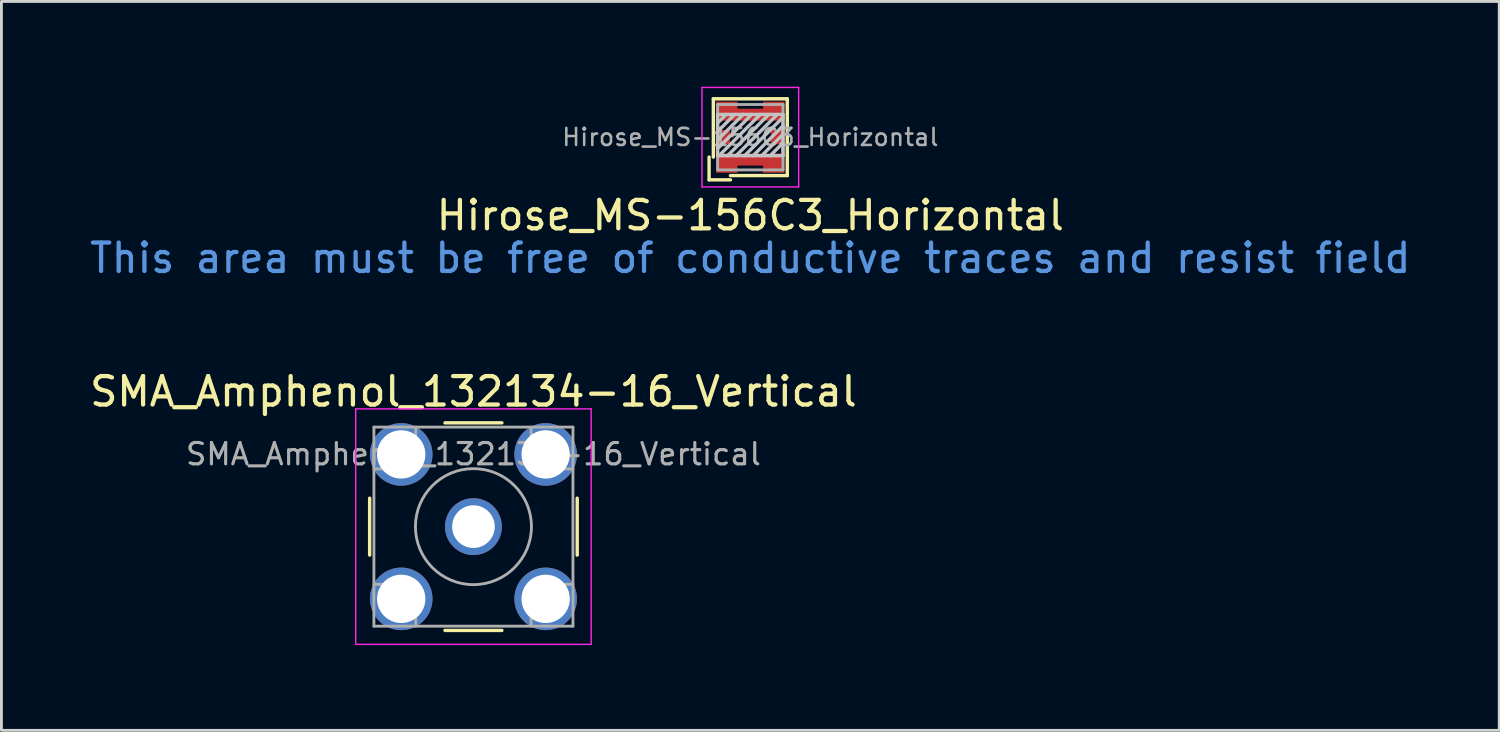
<source format=kicad_pcb>
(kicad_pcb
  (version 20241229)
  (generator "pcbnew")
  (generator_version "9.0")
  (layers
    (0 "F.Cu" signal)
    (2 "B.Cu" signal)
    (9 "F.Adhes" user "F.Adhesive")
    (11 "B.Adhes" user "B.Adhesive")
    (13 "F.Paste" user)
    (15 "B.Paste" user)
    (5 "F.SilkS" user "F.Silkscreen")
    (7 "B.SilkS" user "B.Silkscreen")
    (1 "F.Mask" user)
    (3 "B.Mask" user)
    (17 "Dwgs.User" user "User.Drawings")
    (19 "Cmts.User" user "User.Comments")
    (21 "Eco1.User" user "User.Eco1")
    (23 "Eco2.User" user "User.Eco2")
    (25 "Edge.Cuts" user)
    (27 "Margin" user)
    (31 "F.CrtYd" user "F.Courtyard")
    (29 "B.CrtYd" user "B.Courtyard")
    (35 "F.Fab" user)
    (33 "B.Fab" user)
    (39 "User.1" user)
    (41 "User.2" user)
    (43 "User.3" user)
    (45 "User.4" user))
  (footprint "Hirose_MS-156C3_Horizontal"
    (layer "F.Cu")
    (at 23.339 1.775)
    (property "Reference" "Hirose_MS-156C3_Horizontal" (at 0 2.75 180) (layer "F.SilkS") (effects (font (size 1 1) (thickness 0.15))))
    (attr smd)
    (fp_line (start -1.45 0.7) (end -1.45 1.5) (stroke (width 0.12) (type solid)) (layer "F.SilkS"))
    (fp_line (start -1.45 1.5) (end -0.7 1.5) (stroke (width 0.12) (type solid)) (layer "F.SilkS"))
    (fp_line (start -1.3 -1.35) (end -1.3 0.7) (stroke (width 0.12) (type solid)) (layer "F.SilkS"))
    (fp_line (start -1.3 -1.35) (end 1.3 -1.35) (stroke (width 0.12) (type solid)) (layer "F.SilkS"))
    (fp_line (start 1.3 -1.35) (end 1.3 1.35) (stroke (width 0.12) (type solid)) (layer "F.SilkS"))
    (fp_line (start 1.3 1.35) (end -0.7 1.35) (stroke (width 0.12) (type solid)) (layer "F.SilkS"))
    (fp_line (start -1.15 -0.8) (end 1.15 -0.8) (stroke (width 0.12) (type solid)) (layer "Dwgs.User"))
    (fp_line (start -1.15 0.65) (end -1.15 -0.8) (stroke (width 0.12) (type solid)) (layer "Dwgs.User"))
    (fp_line (start -0.85 -0.8) (end -1.15 -0.5) (stroke (width 0.12) (type solid)) (layer "Dwgs.User"))
    (fp_line (start -0.55 -0.8) (end -1.15 -0.2) (stroke (width 0.12) (type solid)) (layer "Dwgs.User"))
    (fp_line (start -0.25 -0.8) (end -1.15 0.1) (stroke (width 0.12) (type solid)) (layer "Dwgs.User"))
    (fp_line (start 0.05 -0.8) (end -1.15 0.4) (stroke (width 0.12) (type solid)) (layer "Dwgs.User"))
    (fp_line (start 0.35 -0.8) (end -1.1 0.65) (stroke (width 0.12) (type solid)) (layer "Dwgs.User"))
    (fp_line (start 0.65 -0.8) (end -0.8 0.65) (stroke (width 0.12) (type solid)) (layer "Dwgs.User"))
    (fp_line (start 0.95 -0.8) (end -0.5 0.65) (stroke (width 0.12) (type solid)) (layer "Dwgs.User"))
    (fp_line (start 1.15 -0.8) (end 1.15 0.65) (stroke (width 0.12) (type solid)) (layer "Dwgs.User"))
    (fp_line (start 1.15 -0.7) (end -0.2 0.65) (stroke (width 0.12) (type solid)) (layer "Dwgs.User"))
    (fp_line (start 1.15 -0.4) (end 0.1 0.65) (stroke (width 0.12) (type solid)) (layer "Dwgs.User"))
    (fp_line (start 1.15 -0.1) (end 0.4 0.65) (stroke (width 0.12) (type solid)) (layer "Dwgs.User"))
    (fp_line (start 1.15 0.2) (end 0.7 0.65) (stroke (width 0.12) (type solid)) (layer "Dwgs.User"))
    (fp_line (start 1.15 0.65) (end -1.15 0.65) (stroke (width 0.12) (type solid)) (layer "Dwgs.User"))
    (fp_line (start -1.7 -1.75) (end 1.7 -1.75) (stroke (width 0.05) (type solid)) (layer "F.CrtYd"))
    (fp_line (start -1.7 1.75) (end -1.7 -1.75) (stroke (width 0.05) (type solid)) (layer "F.CrtYd"))
    (fp_line (start 1.7 -1.75) (end 1.7 1.75) (stroke (width 0.05) (type solid)) (layer "F.CrtYd"))
    (fp_line (start 1.7 1.75) (end -1.7 1.75) (stroke (width 0.05) (type solid)) (layer "F.CrtYd"))
    (fp_line (start -1.15 -1.15) (end 1.15 -1.15) (stroke (width 0.1) (type solid)) (layer "F.Fab"))
    (fp_line (start -1.15 1.15) (end -1.15 -1.15) (stroke (width 0.1) (type solid)) (layer "F.Fab"))
    (fp_line (start 1.15 -1.15) (end 1.15 1.15) (stroke (width 0.1) (type solid)) (layer "F.Fab"))
    (fp_line (start 1.15 1.15) (end -1.15 1.15) (stroke (width 0.1) (type solid)) (layer "F.Fab"))
    (fp_text user "This area must be free of conductive traces and resist field" (at 0 4.25 0) (layer "Cmts.User") (effects (font (size 1 1) (thickness 0.15))))
    (fp_text user "${REFERENCE}" (at 0 0 0) (layer "F.Fab") (effects (font (size 0.6 0.6) (thickness 0.09))))
    (pad "" smd custom (at -1 0 180) (size 0.3 0.4) (layers "F.Cu" "F.Paste") (options (anchor rect)) (primitives))
    (pad "" smd custom (at -0.9 -1 180) (size 0.4 0.4) (layers "F.Cu" "F.Paste") (options (anchor rect)) (primitives))
    (pad "" smd custom (at -0.9 1 180) (size 0.4 0.4) (layers "F.Cu" "F.Paste") (options (anchor rect)) (primitives))
    (pad "" smd custom (at 0 -0.8 180) (size 0.5 0.3) (layers "F.Cu" "F.Paste") (options (anchor rect)) (primitives))
    (pad "" smd custom (at 0 0.8 180) (size 0.5 0.3) (layers "F.Cu" "F.Paste") (options (anchor rect)) (primitives))
    (pad "" smd custom (at 0.9 -1 180) (size 0.4 0.4) (layers "F.Cu" "F.Paste") (options (anchor rect)) (primitives))
    (pad "" smd custom (at 0.9 1 180) (size 0.4 0.4) (layers "F.Cu" "F.Paste") (options (anchor rect)) (primitives))
    (pad "" smd custom (at 1 0 180) (size 0.3 0.4) (layers "F.Cu" "F.Paste") (options (anchor rect)) (primitives))
    (pad "A" smd rect (at 0.96 0) (size 0.48 0.5) (layers "F.Cu" "F.Mask"))
    (pad "C" smd rect (at -0.96 0) (size 0.48 0.5) (layers "F.Cu" "F.Mask"))
    (pad "G" smd custom (at 0 -0.815) (size 0.35 0.35) (layers "F.Cu" "F.Mask") (options (anchor rect)) (primitives (gr_poly (pts (xy -1.2 -0.435) (xy -0.45 -0.435) (xy -0.45 -0.185) (xy 0.45 -0.185) (xy 0.45 -0.435) (xy 1.2 -0.435) (xy 1.2 0.235) (xy -1 0.235) (xy -1.2 0.035)) (width 0) (fill yes))))
    (pad "G" smd custom (at 0 0.815 180) (size 0.35 0.35) (layers "F.Cu" "F.Mask") (options (anchor rect)) (primitives (gr_poly (pts (xy 1.2 -0.435) (xy 0.45 -0.435) (xy 0.45 -0.185) (xy -0.45 -0.185) (xy -0.45 -0.435) (xy -1.2 -0.435) (xy -1.2 0.235) (xy 1 0.235) (xy 1.2 0.035)) (width 0) (fill yes)))))
  (footprint "SMA_Amphenol_132134-16_Vertical"
    (layer "F.Cu")
    (at 13.601 15.472)
    (property "Reference" "SMA_Amphenol_132134-16_Vertical" (at 0 -4.75 0) (layer "F.SilkS") (effects (font (size 1 1) (thickness 0.15))))
    (attr through_hole)
    (fp_line (start -3.65 -1) (end -3.65 1) (stroke (width 0.12) (type solid)) (layer "F.SilkS"))
    (fp_line (start -1 -3.65) (end 1 -3.65) (stroke (width 0.12) (type solid)) (layer "F.SilkS"))
    (fp_line (start -1 3.65) (end 1 3.65) (stroke (width 0.12) (type solid)) (layer "F.SilkS"))
    (fp_line (start 3.65 -1) (end 3.65 1) (stroke (width 0.12) (type solid)) (layer "F.SilkS"))
    (fp_line (start -4.14 -4.14) (end -4.14 4.14) (stroke (width 0.05) (type solid)) (layer "F.CrtYd"))
    (fp_line (start -4.14 -4.14) (end 4.14 -4.14) (stroke (width 0.05) (type solid)) (layer "F.CrtYd"))
    (fp_line (start 4.14 4.14) (end -4.14 4.14) (stroke (width 0.05) (type solid)) (layer "F.CrtYd"))
    (fp_line (start 4.14 4.14) (end 4.14 -4.14) (stroke (width 0.05) (type solid)) (layer "F.CrtYd"))
    (fp_line (start -3.5 -3.5) (end -3.5 3.5) (stroke (width 0.1) (type solid)) (layer "F.Fab"))
    (fp_line (start -3.5 -3.5) (end 3.5 -3.5) (stroke (width 0.1) (type solid)) (layer "F.Fab"))
    (fp_line (start -3.5 2.03) (end -2.03 2.03) (stroke (width 0.1) (type solid)) (layer "F.Fab"))
    (fp_line (start -3.5 3.5) (end 3.5 3.5) (stroke (width 0.1) (type solid)) (layer "F.Fab"))
    (fp_line (start -3.05 -3.05) (end -3.05 -2.03) (stroke (width 0.1) (type solid)) (layer "F.Fab"))
    (fp_line (start -3.05 -3.05) (end -2.03 -3.05) (stroke (width 0.1) (type solid)) (layer "F.Fab"))
    (fp_line (start -3.05 3.05) (end -3.05 2.03) (stroke (width 0.1) (type solid)) (layer "F.Fab"))
    (fp_line (start -3.05 3.05) (end -2.03 3.05) (stroke (width 0.1) (type solid)) (layer "F.Fab"))
    (fp_line (start -2.03 -3.5) (end -2.03 -2.03) (stroke (width 0.1) (type solid)) (layer "F.Fab"))
    (fp_line (start -2.03 -2.03) (end -3.5 -2.03) (stroke (width 0.1) (type solid)) (layer "F.Fab"))
    (fp_line (start -2.03 2.03) (end -2.03 3.5) (stroke (width 0.1) (type solid)) (layer "F.Fab"))
    (fp_line (start 2.03 -3.5) (end 2.03 -2.03) (stroke (width 0.1) (type solid)) (layer "F.Fab"))
    (fp_line (start 2.03 -3.05) (end 3.05 -3.05) (stroke (width 0.1) (type solid)) (layer "F.Fab"))
    (fp_line (start 2.03 -2.03) (end 3.5 -2.03) (stroke (width 0.1) (type solid)) (layer "F.Fab"))
    (fp_line (start 2.03 2.03) (end 2.03 3.5) (stroke (width 0.1) (type solid)) (layer "F.Fab"))
    (fp_line (start 2.03 3.05) (end 3.05 3.05) (stroke (width 0.1) (type solid)) (layer "F.Fab"))
    (fp_line (start 3.05 -3.05) (end 3.05 -2.03) (stroke (width 0.1) (type solid)) (layer "F.Fab"))
    (fp_line (start 3.05 2.03) (end 3.05 3.05) (stroke (width 0.1) (type solid)) (layer "F.Fab"))
    (fp_line (start 3.5 -3.5) (end 3.5 3.5) (stroke (width 0.1) (type solid)) (layer "F.Fab"))
    (fp_line (start 3.5 2.03) (end 2.03 2.03) (stroke (width 0.1) (type solid)) (layer "F.Fab"))
    (fp_circle (center 0 0) (end 0.635 0) (stroke (width 0.1) (type solid)) (fill no) (layer "F.Fab"))
    (fp_circle (center 0 0) (end 2.04 0) (stroke (width 0.1) (type solid)) (fill no) (layer "F.Fab"))
    (fp_text user "${REFERENCE}" (at 0 -2.55 0) (layer "F.Fab") (effects (font (size 0.75 0.75) (thickness 0.11))))
    (pad "1" thru_hole circle (at 0 0) (size 2 2) (drill 1.5) (layers "*.Cu" "*.Mask"))
    (pad "2" thru_hole circle (at -2.54 -2.54) (size 2.2 2.2) (drill 1.7) (layers "*.Cu" "*.Mask"))
    (pad "2" thru_hole circle (at -2.54 2.54) (size 2.2 2.2) (drill 1.7) (layers "*.Cu" "*.Mask"))
    (pad "2" thru_hole circle (at 2.54 -2.54) (size 2.2 2.2) (drill 1.7) (layers "*.Cu" "*.Mask"))
    (pad "2" thru_hole circle (at 2.54 2.54) (size 2.2 2.2) (drill 1.7) (layers "*.Cu" "*.Mask")))
  (gr_rect
    (start -3 -3)
    (end 49.679 22.637)
    (stroke (width 0.1) (type default))
    (fill no)
    (layer "Edge.Cuts")))
</source>
